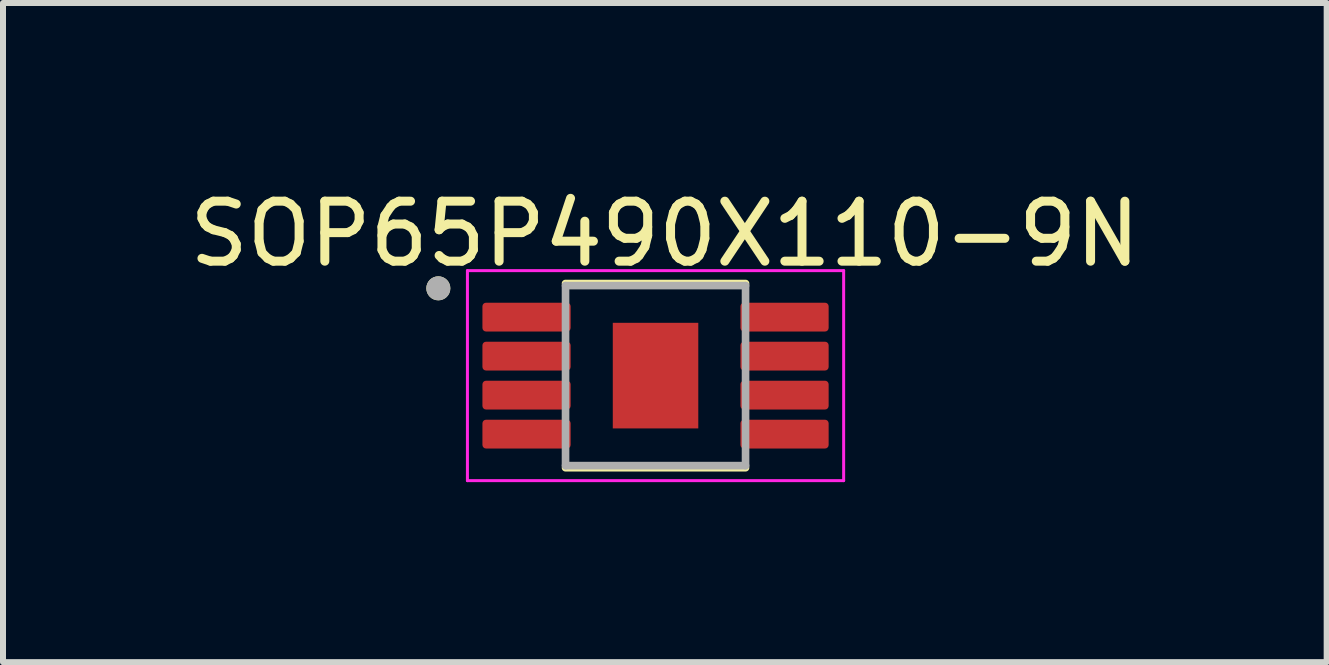
<source format=kicad_pcb>
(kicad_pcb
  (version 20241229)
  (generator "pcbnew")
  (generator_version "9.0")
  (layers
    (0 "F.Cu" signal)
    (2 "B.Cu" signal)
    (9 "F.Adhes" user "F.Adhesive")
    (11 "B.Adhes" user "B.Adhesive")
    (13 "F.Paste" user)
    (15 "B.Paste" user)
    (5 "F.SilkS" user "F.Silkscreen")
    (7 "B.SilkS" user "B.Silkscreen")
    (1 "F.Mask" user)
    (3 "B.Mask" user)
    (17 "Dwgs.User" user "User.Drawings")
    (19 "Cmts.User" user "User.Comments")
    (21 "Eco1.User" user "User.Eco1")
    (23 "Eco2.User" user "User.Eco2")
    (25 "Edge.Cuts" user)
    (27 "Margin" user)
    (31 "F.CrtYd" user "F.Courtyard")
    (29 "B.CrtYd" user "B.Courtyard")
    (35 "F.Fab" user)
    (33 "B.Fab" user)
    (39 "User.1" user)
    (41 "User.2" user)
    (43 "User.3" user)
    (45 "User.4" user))
  (footprint "SOP65P490X110-9N"
    (layer "F.Cu")
    (at 7.875 3.21)
    (property "Reference" "SOP65P490X110-9N" (at 0.155 -2.362 0) (layer "F.SilkS") (effects (font (size 1 1) (thickness 0.15))))
    (attr smd)
    (fp_line (start -1.5 -1.535) (end 1.5 -1.535) (stroke (width 0.127) (type solid)) (layer "F.SilkS"))
    (fp_line (start -1.5 1.535) (end 1.5 1.535) (stroke (width 0.127) (type solid)) (layer "F.SilkS"))
    (fp_circle (center -3.62 -1.455) (end -3.52 -1.455) (stroke (width 0.2) (type solid)) (fill no) (layer "F.SilkS"))
    (fp_poly (pts (xy -0.356 -0.44) (xy 0.356 -0.44) (xy 0.356 0.44) (xy -0.356 0.44)) (stroke (width 0.01) (type solid)) (fill yes) (layer "F.Paste"))
    (fp_line (start -3.135 -1.75) (end -3.135 1.75) (stroke (width 0.05) (type solid)) (layer "F.CrtYd"))
    (fp_line (start -3.135 -1.75) (end 3.135 -1.75) (stroke (width 0.05) (type solid)) (layer "F.CrtYd"))
    (fp_line (start -3.135 1.75) (end 3.135 1.75) (stroke (width 0.05) (type solid)) (layer "F.CrtYd"))
    (fp_line (start 3.135 -1.75) (end 3.135 1.75) (stroke (width 0.05) (type solid)) (layer "F.CrtYd"))
    (fp_line (start -1.5 -1.5) (end -1.5 1.5) (stroke (width 0.127) (type solid)) (layer "F.Fab"))
    (fp_line (start -1.5 -1.5) (end 1.5 -1.5) (stroke (width 0.127) (type solid)) (layer "F.Fab"))
    (fp_line (start -1.5 1.5) (end 1.5 1.5) (stroke (width 0.127) (type solid)) (layer "F.Fab"))
    (fp_line (start 1.5 -1.5) (end 1.5 1.5) (stroke (width 0.127) (type solid)) (layer "F.Fab"))
    (fp_circle (center -3.62 -1.455) (end -3.52 -1.455) (stroke (width 0.2) (type solid)) (fill no) (layer "F.Fab"))
    (pad "1" smd roundrect (at -2.15 -0.975) (size 1.47 0.48) (layers "F.Cu" "F.Mask" "F.Paste") (roundrect_rratio 0.125))
    (pad "2" smd roundrect (at -2.15 -0.325) (size 1.47 0.48) (layers "F.Cu" "F.Mask" "F.Paste") (roundrect_rratio 0.125))
    (pad "3" smd roundrect (at -2.15 0.325) (size 1.47 0.48) (layers "F.Cu" "F.Mask" "F.Paste") (roundrect_rratio 0.125))
    (pad "4" smd roundrect (at -2.15 0.975) (size 1.47 0.48) (layers "F.Cu" "F.Mask" "F.Paste") (roundrect_rratio 0.125))
    (pad "5" smd roundrect (at 2.15 0.975) (size 1.47 0.48) (layers "F.Cu" "F.Mask" "F.Paste") (roundrect_rratio 0.125))
    (pad "6" smd roundrect (at 2.15 0.325) (size 1.47 0.48) (layers "F.Cu" "F.Mask" "F.Paste") (roundrect_rratio 0.125))
    (pad "7" smd roundrect (at 2.15 -0.325) (size 1.47 0.48) (layers "F.Cu" "F.Mask" "F.Paste") (roundrect_rratio 0.125))
    (pad "8" smd roundrect (at 2.15 -0.975) (size 1.47 0.48) (layers "F.Cu" "F.Mask" "F.Paste") (roundrect_rratio 0.125))
    (pad "9" smd rect (at 0 0) (size 1.425 1.76) (layers "F.Cu" "F.Mask")))
  (gr_rect
    (start -3 -3)
    (end 19.06 7.985)
    (stroke (width 0.1) (type default))
    (fill no)
    (layer "Edge.Cuts")))
</source>
